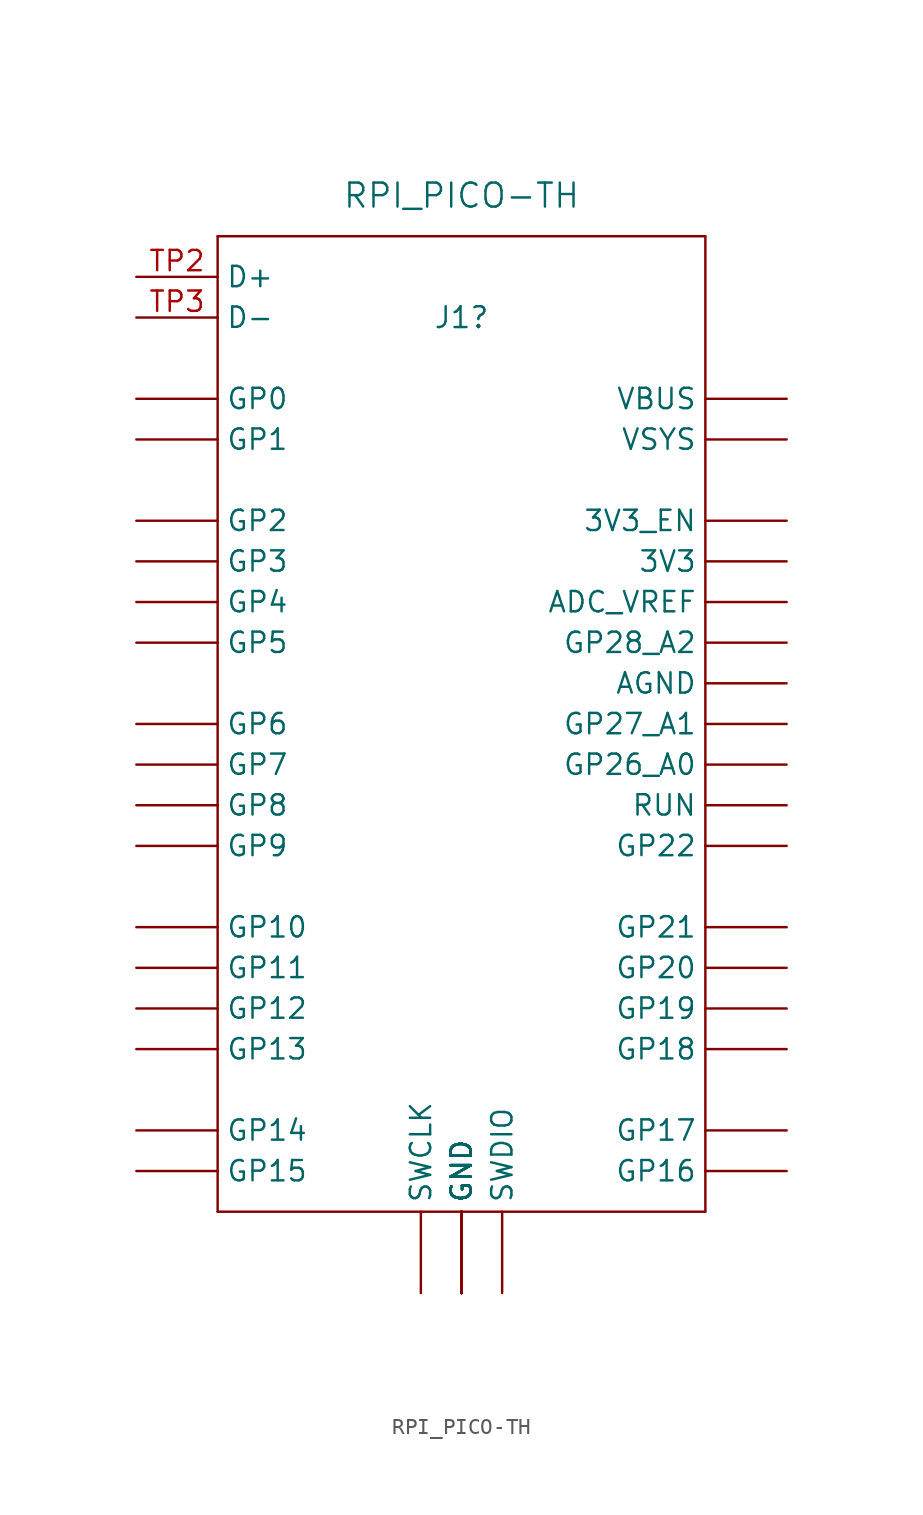
<source format=kicad_sym>
(kicad_symbol_lib
  (version 20220914)
  (generator kicad_symbol_editor)
  (symbol "RPI_PICO-TH"
    (property "Reference" "J1"
      (at 0 30.48 0)
      (effects (font (size 1.3 1.3))))
    (property "Value" "RPI_PICO-TH"
      (at 0 38.1 0)
      (effects (font (size 1.5 1.5))))
    (property "ki_locked" ""
      (at 0 0 0)
      (effects (font (size 1.27 1.27))))
    (symbol "RPI_PICO-TH_1_0"
      (polyline (pts (xy -15.24 -25.4) (xy 15.24 -25.4)) (stroke (width 0.152) (type default)) (fill (type none)))
      (polyline (pts (xy -15.24 35.56) (xy -15.24 -25.4)) (stroke (width 0.152) (type default)) (fill (type none)))
      (polyline (pts (xy 15.24 -25.4) (xy 15.24 35.56)) (stroke (width 0.152) (type default)) (fill (type none)))
      (polyline (pts (xy 15.24 35.56) (xy -15.24 35.56)) (stroke (width 0.152) (type default)) (fill (type none)))
      (pin bidirectional line (at 20.32 15.24 180) (length 5.08) (name "3V3" (effects (font (size 1.27 1.27)))) (number "3V3" (effects (font (size 0 0)))))
      (pin bidirectional line (at 20.32 17.78 180) (length 5.08) (name "3V3_EN" (effects (font (size 1.27 1.27)))) (number "3V3_EN" (effects (font (size 0 0)))))
      (pin bidirectional line (at 20.32 12.7 180) (length 5.08) (name "ADC_VREF" (effects (font (size 1.27 1.27)))) (number "ADC_VREF" (effects (font (size 0 0)))))
      (pin bidirectional line (at 20.32 7.62 180) (length 5.08) (name "AGND" (effects (font (size 1.27 1.27)))) (number "AGND" (effects (font (size 0 0)))))
      (pin bidirectional line (at 0 -30.48 90) (length 5.08) (name "GND" (effects (font (size 1.27 1.27)))) (number "GND@1" (effects (font (size 0 0)))))
      (pin bidirectional line (at 0 -30.48 90) (length 5.08) (name "GND" (effects (font (size 1.27 1.27)))) (number "GND@2" (effects (font (size 0 0)))))
      (pin bidirectional line (at 0 -30.48 90) (length 5.08) (name "GND" (effects (font (size 1.27 1.27)))) (number "GND@3" (effects (font (size 0 0)))))
      (pin bidirectional line (at 0 -30.48 90) (length 5.08) (name "GND" (effects (font (size 1.27 1.27)))) (number "GND@4" (effects (font (size 0 0)))))
      (pin bidirectional line (at 0 -30.48 90) (length 5.08) (name "GND" (effects (font (size 1.27 1.27)))) (number "GND@5" (effects (font (size 0 0)))))
      (pin bidirectional line (at 0 -30.48 90) (length 5.08) (name "GND" (effects (font (size 1.27 1.27)))) (number "GND@6" (effects (font (size 0 0)))))
      (pin bidirectional line (at 0 -30.48 90) (length 5.08) (name "GND" (effects (font (size 1.27 1.27)))) (number "GND@7" (effects (font (size 0 0)))))
      (pin bidirectional line (at 0 -30.48 90) (length 5.08) (name "GND" (effects (font (size 1.27 1.27)))) (number "GND@8" (effects (font (size 0 0)))))
      (pin bidirectional line (at -20.32 25.4 0) (length 5.08) (name "GP0" (effects (font (size 1.27 1.27)))) (number "GP0" (effects (font (size 0 0)))))
      (pin bidirectional line (at -20.32 22.86 0) (length 5.08) (name "GP1" (effects (font (size 1.27 1.27)))) (number "GP1" (effects (font (size 0 0)))))
      (pin bidirectional line (at -20.32 -7.62 0) (length 5.08) (name "GP10" (effects (font (size 1.27 1.27)))) (number "GP10" (effects (font (size 0 0)))))
      (pin bidirectional line (at -20.32 -10.16 0) (length 5.08) (name "GP11" (effects (font (size 1.27 1.27)))) (number "GP11" (effects (font (size 0 0)))))
      (pin bidirectional line (at -20.32 -12.7 0) (length 5.08) (name "GP12" (effects (font (size 1.27 1.27)))) (number "GP12" (effects (font (size 0 0)))))
      (pin bidirectional line (at -20.32 -15.24 0) (length 5.08) (name "GP13" (effects (font (size 1.27 1.27)))) (number "GP13" (effects (font (size 0 0)))))
      (pin bidirectional line (at -20.32 -20.32 0) (length 5.08) (name "GP14" (effects (font (size 1.27 1.27)))) (number "GP14" (effects (font (size 0 0)))))
      (pin bidirectional line (at -20.32 -22.86 0) (length 5.08) (name "GP15" (effects (font (size 1.27 1.27)))) (number "GP15" (effects (font (size 0 0)))))
      (pin bidirectional line (at 20.32 -22.86 180) (length 5.08) (name "GP16" (effects (font (size 1.27 1.27)))) (number "GP16" (effects (font (size 0 0)))))
      (pin bidirectional line (at 20.32 -20.32 180) (length 5.08) (name "GP17" (effects (font (size 1.27 1.27)))) (number "GP17" (effects (font (size 0 0)))))
      (pin bidirectional line (at 20.32 -15.24 180) (length 5.08) (name "GP18" (effects (font (size 1.27 1.27)))) (number "GP18" (effects (font (size 0 0)))))
      (pin bidirectional line (at 20.32 -12.7 180) (length 5.08) (name "GP19" (effects (font (size 1.27 1.27)))) (number "GP19" (effects (font (size 0 0)))))
      (pin bidirectional line (at -20.32 17.78 0) (length 5.08) (name "GP2" (effects (font (size 1.27 1.27)))) (number "GP2" (effects (font (size 0 0)))))
      (pin bidirectional line (at 20.32 -10.16 180) (length 5.08) (name "GP20" (effects (font (size 1.27 1.27)))) (number "GP20" (effects (font (size 0 0)))))
      (pin bidirectional line (at 20.32 -7.62 180) (length 5.08) (name "GP21" (effects (font (size 1.27 1.27)))) (number "GP21" (effects (font (size 0 0)))))
      (pin bidirectional line (at 20.32 -2.54 180) (length 5.08) (name "GP22" (effects (font (size 1.27 1.27)))) (number "GP22" (effects (font (size 0 0)))))
      (pin bidirectional line (at 20.32 2.54 180) (length 5.08) (name "GP26_A0" (effects (font (size 1.27 1.27)))) (number "GP26_A0" (effects (font (size 0 0)))))
      (pin bidirectional line (at 20.32 5.08 180) (length 5.08) (name "GP27_A1" (effects (font (size 1.27 1.27)))) (number "GP27_A1" (effects (font (size 0 0)))))
      (pin bidirectional line (at 20.32 10.16 180) (length 5.08) (name "GP28_A2" (effects (font (size 1.27 1.27)))) (number "GP28_A2" (effects (font (size 0 0)))))
      (pin bidirectional line (at -20.32 15.24 0) (length 5.08) (name "GP3" (effects (font (size 1.27 1.27)))) (number "GP3" (effects (font (size 0 0)))))
      (pin bidirectional line (at -20.32 12.7 0) (length 5.08) (name "GP4" (effects (font (size 1.27 1.27)))) (number "GP4" (effects (font (size 0 0)))))
      (pin bidirectional line (at -20.32 10.16 0) (length 5.08) (name "GP5" (effects (font (size 1.27 1.27)))) (number "GP5" (effects (font (size 0 0)))))
      (pin bidirectional line (at -20.32 5.08 0) (length 5.08) (name "GP6" (effects (font (size 1.27 1.27)))) (number "GP6" (effects (font (size 0 0)))))
      (pin bidirectional line (at -20.32 2.54 0) (length 5.08) (name "GP7" (effects (font (size 1.27 1.27)))) (number "GP7" (effects (font (size 0 0)))))
      (pin bidirectional line (at -20.32 0 0) (length 5.08) (name "GP8" (effects (font (size 1.27 1.27)))) (number "GP8" (effects (font (size 0 0)))))
      (pin bidirectional line (at -20.32 -2.54 0) (length 5.08) (name "GP9" (effects (font (size 1.27 1.27)))) (number "GP9" (effects (font (size 0 0)))))
      (pin bidirectional line (at 20.32 0 180) (length 5.08) (name "RUN" (effects (font (size 1.27 1.27)))) (number "RUN" (effects (font (size 0 0)))))
      (pin bidirectional line (at -2.54 -30.48 90) (length 5.08) (name "SWCLK" (effects (font (size 1.27 1.27)))) (number "SWCLK" (effects (font (size 0 0)))))
      (pin bidirectional line (at 2.54 -30.48 90) (length 5.08) (name "SWDIO" (effects (font (size 1.27 1.27)))) (number "SWDIO" (effects (font (size 0 0)))))
      (pin bidirectional line (at -20.32 33.02 0) (length 5.08) (name "D+" (effects (font (size 1.27 1.27)))) (number "TP2" (effects (font (size 1.27 1.27)))))
      (pin bidirectional line (at -20.32 30.48 0) (length 5.08) (name "D-" (effects (font (size 1.27 1.27)))) (number "TP3" (effects (font (size 1.27 1.27)))))
      (pin bidirectional line (at 20.32 25.4 180) (length 5.08) (name "VBUS" (effects (font (size 1.27 1.27)))) (number "VBUS" (effects (font (size 0 0)))))
      (pin bidirectional line (at 20.32 22.86 180) (length 5.08) (name "VSYS" (effects (font (size 1.27 1.27)))) (number "VSYS" (effects (font (size 0 0))))))))
</source>
